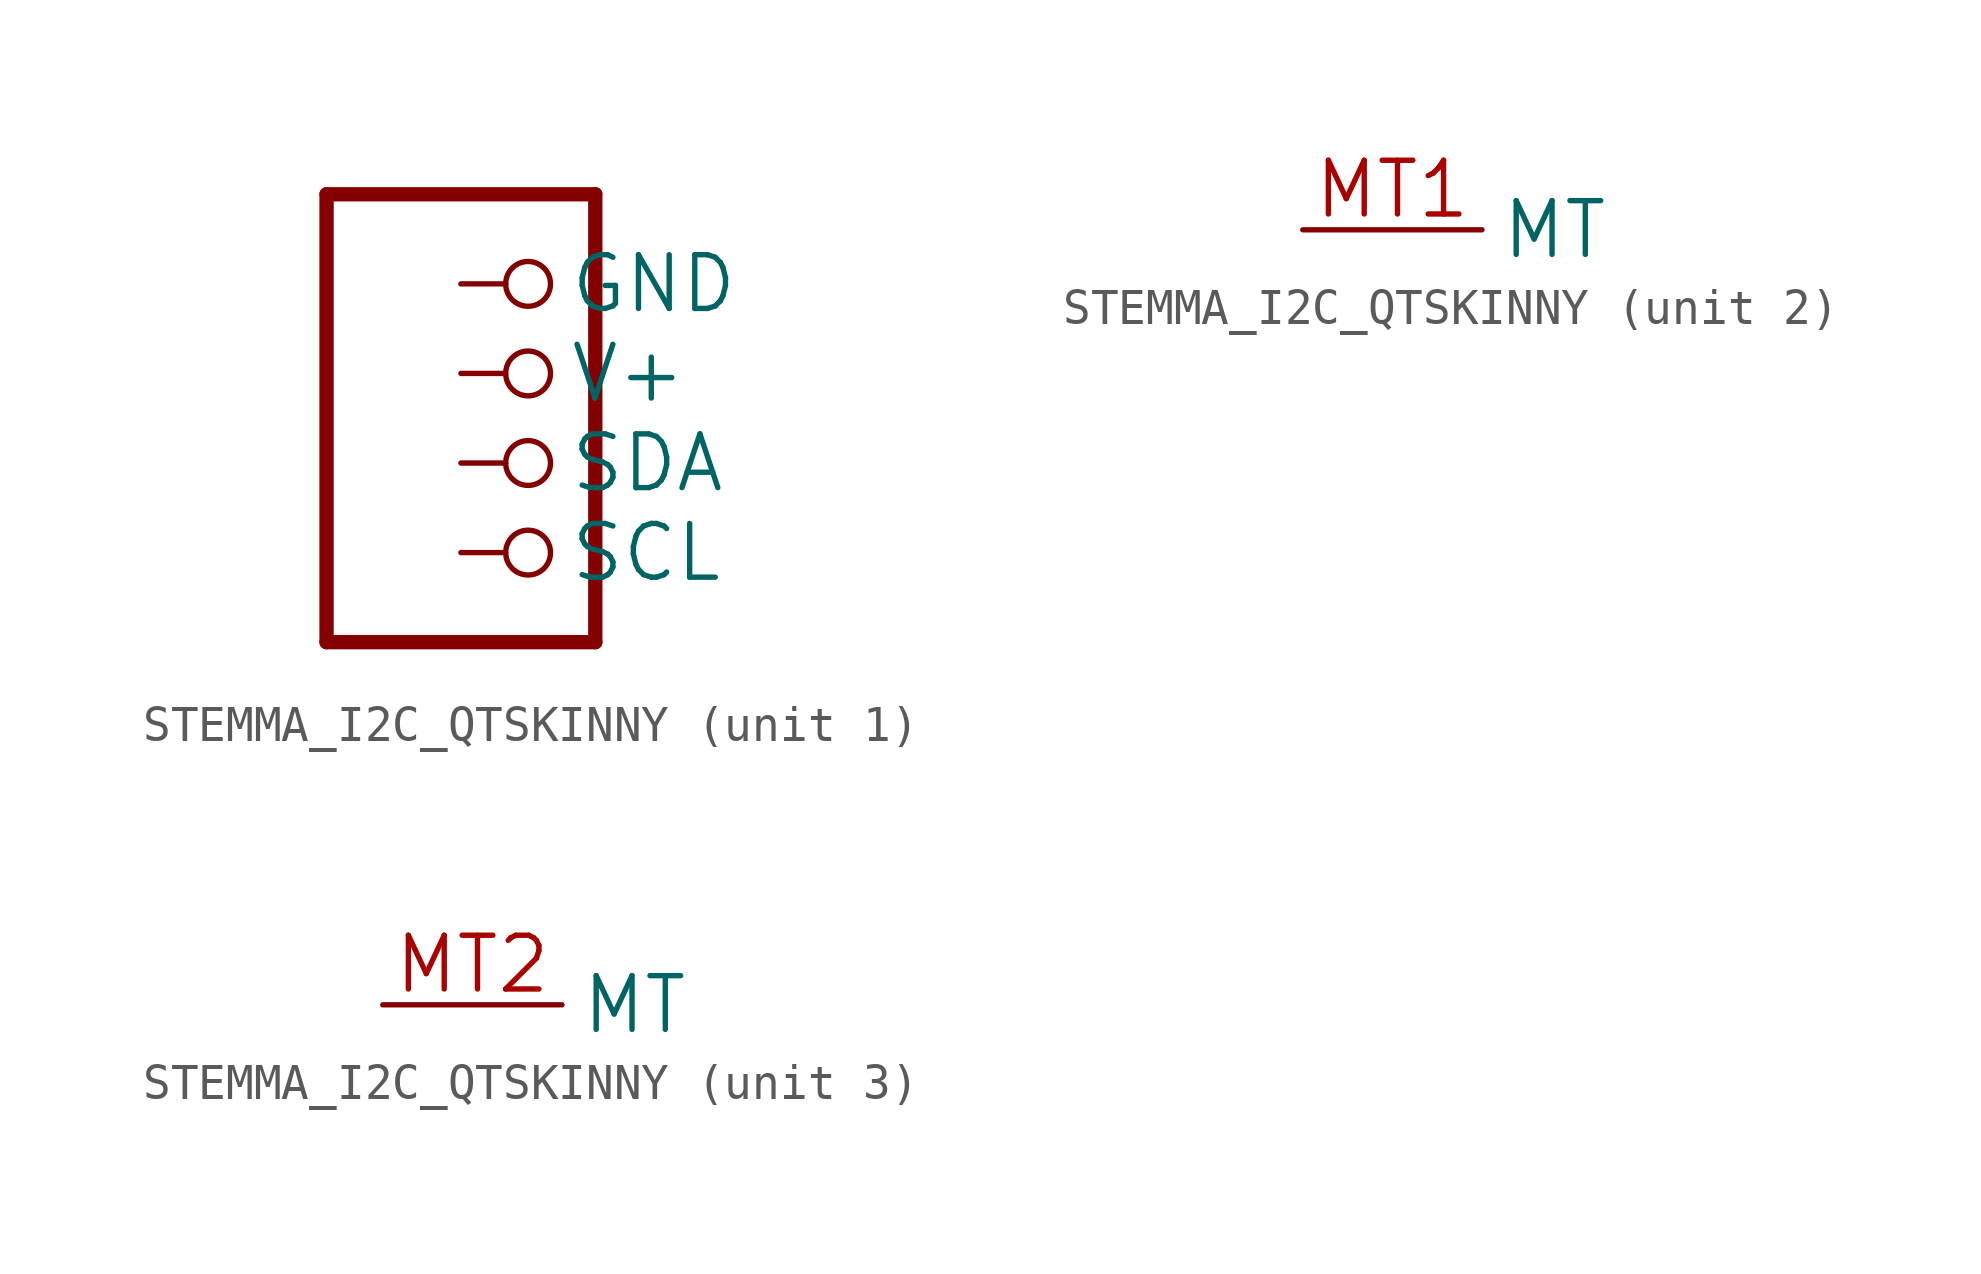
<source format=kicad_sym>
(kicad_symbol_lib
  (version 20241209)
  (generator "kicad_symbol_editor")
  (generator_version "9.0")
  (symbol "STEMMA_I2C_QTSKINNY"
    (property "Reference" "CONN"
      (at -3.81 8.255 0)
      (effects (font (size 1.778 1.511)) (justify left bottom) (hide yes)))
    (property "ki_locked" ""
      (at 0 0 0)
      (effects (font (size 1.27 1.27))))
    (symbol "STEMMA_I2C_QTSKINNY_1_0"
      (polyline (pts (xy -3.81 7.62) (xy -3.81 -5.08)) (stroke (width 0.406) (type solid)) (fill (type none)))
      (polyline (pts (xy -3.81 -5.08) (xy 3.81 -5.08)) (stroke (width 0.406) (type solid)) (fill (type none)))
      (polyline (pts (xy 3.81 7.62) (xy -3.81 7.62)) (stroke (width 0.406) (type solid)) (fill (type none)))
      (polyline (pts (xy 3.81 -5.08) (xy 3.81 7.62)) (stroke (width 0.406) (type solid)) (fill (type none)))
      (pin passive inverted (at 0 5.08 0) (length 2.54) (name "GND" (effects (font (size 1.524 1.524)))) (number "1" (effects (font (size 0 0)))))
      (pin passive inverted (at 0 2.54 0) (length 2.54) (name "V+" (effects (font (size 1.524 1.524)))) (number "2" (effects (font (size 0 0)))))
      (pin passive inverted (at 0 0 0) (length 2.54) (name "SDA" (effects (font (size 1.524 1.524)))) (number "3" (effects (font (size 0 0)))))
      (pin passive inverted (at 0 -2.54 0) (length 2.54) (name "SCL" (effects (font (size 1.524 1.524)))) (number "4" (effects (font (size 0 0))))))
    (symbol "STEMMA_I2C_QTSKINNY_2_0"
      (pin bidirectional line (at 0 0 0) (length 5.08) (name "MT" (effects (font (size 1.524 1.524)))) (number "MT1" (effects (font (size 1.524 1.524))))))
    (symbol "STEMMA_I2C_QTSKINNY_3_0"
      (pin bidirectional line (at 0 0 0) (length 5.08) (name "MT" (effects (font (size 1.524 1.524)))) (number "MT2" (effects (font (size 1.524 1.524))))))))
</source>
